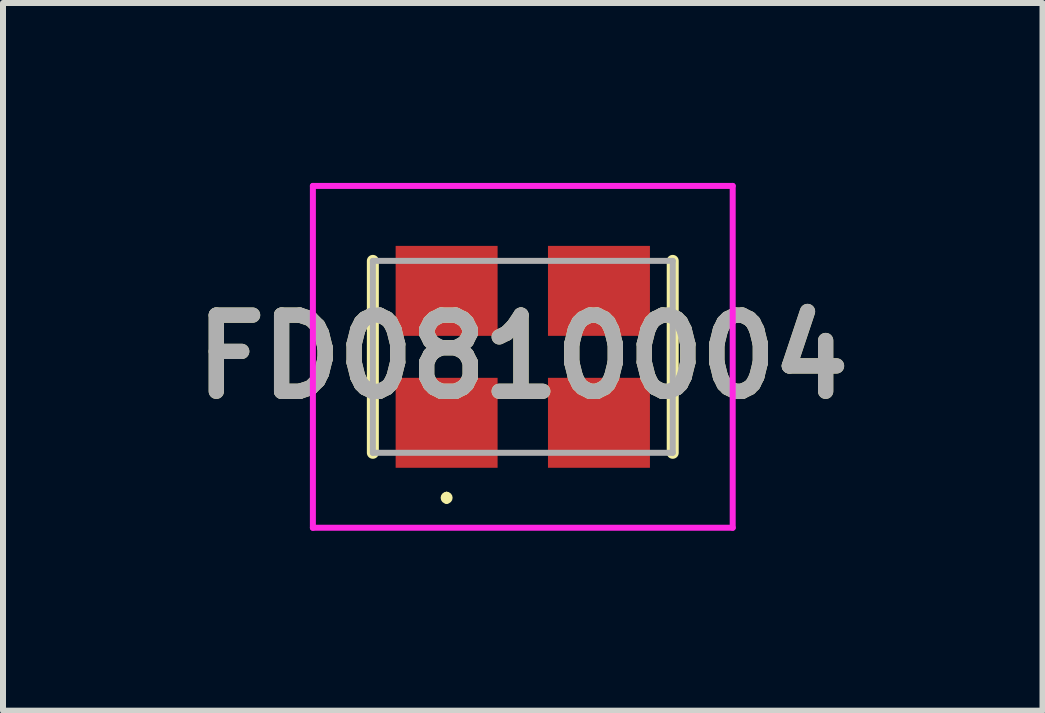
<source format=kicad_pcb>
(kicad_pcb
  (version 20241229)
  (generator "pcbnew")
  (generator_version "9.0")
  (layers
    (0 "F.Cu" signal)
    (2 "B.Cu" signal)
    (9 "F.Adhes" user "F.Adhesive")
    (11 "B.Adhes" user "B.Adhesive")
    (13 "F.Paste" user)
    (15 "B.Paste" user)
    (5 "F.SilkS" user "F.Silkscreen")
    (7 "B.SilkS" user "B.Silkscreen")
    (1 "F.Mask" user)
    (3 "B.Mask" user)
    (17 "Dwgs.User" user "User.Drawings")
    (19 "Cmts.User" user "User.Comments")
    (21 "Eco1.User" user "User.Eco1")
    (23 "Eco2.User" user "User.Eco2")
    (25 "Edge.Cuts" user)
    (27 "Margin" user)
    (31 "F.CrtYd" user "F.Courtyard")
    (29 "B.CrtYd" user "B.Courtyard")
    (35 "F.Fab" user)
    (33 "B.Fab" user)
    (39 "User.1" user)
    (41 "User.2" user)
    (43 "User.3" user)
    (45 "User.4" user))
  (footprint "FD0810004"
    (layer "F.Cu")
    (at 5.667 2.9)
    (property "Reference" "FD0810004" (at 0 0 0) (layer "F.SilkS") (effects (font (size 1.27 1.27) (thickness 0.254))))
    (attr smd)
    (fp_line (start -2.5 1.6) (end -2.5 -1.6) (stroke (width 0.2) (type solid)) (layer "F.SilkS"))
    (fp_line (start -1.27 2.3) (end -1.27 2.3) (stroke (width 0.1) (type solid)) (layer "F.SilkS"))
    (fp_line (start -1.27 2.4) (end -1.27 2.4) (stroke (width 0.1) (type solid)) (layer "F.SilkS"))
    (fp_line (start 2.5 -1.6) (end 2.5 1.6) (stroke (width 0.2) (type solid)) (layer "F.SilkS"))
    (fp_arc (start -1.27 2.3) (mid -1.22 2.35) (end -1.27 2.4) (stroke (width 0.1) (type solid)) (layer "F.SilkS"))
    (fp_arc (start -1.27 2.4) (mid -1.32 2.35) (end -1.27 2.3) (stroke (width 0.1) (type solid)) (layer "F.SilkS"))
    (fp_line (start -3.5 -2.85) (end 3.5 -2.85) (stroke (width 0.1) (type solid)) (layer "F.CrtYd"))
    (fp_line (start -3.5 2.85) (end -3.5 -2.85) (stroke (width 0.1) (type solid)) (layer "F.CrtYd"))
    (fp_line (start 3.5 -2.85) (end 3.5 2.85) (stroke (width 0.1) (type solid)) (layer "F.CrtYd"))
    (fp_line (start 3.5 2.85) (end -3.5 2.85) (stroke (width 0.1) (type solid)) (layer "F.CrtYd"))
    (fp_line (start -2.5 -1.6) (end 2.5 -1.6) (stroke (width 0.1) (type solid)) (layer "F.Fab"))
    (fp_line (start -2.5 1.6) (end -2.5 -1.6) (stroke (width 0.1) (type solid)) (layer "F.Fab"))
    (fp_line (start 2.5 -1.6) (end 2.5 1.6) (stroke (width 0.1) (type solid)) (layer "F.Fab"))
    (fp_line (start 2.5 1.6) (end -2.5 1.6) (stroke (width 0.1) (type solid)) (layer "F.Fab"))
    (fp_text user "${REFERENCE}" (at 0 0 0) (layer "F.Fab") (effects (font (size 1.27 1.27) (thickness 0.254))))
    (pad "1" smd rect (at -1.27 1.1 90) (size 1.5 1.7) (layers "F.Cu" "F.Mask" "F.Paste"))
    (pad "2" smd rect (at 1.27 1.1 90) (size 1.5 1.7) (layers "F.Cu" "F.Mask" "F.Paste"))
    (pad "3" smd rect (at 1.27 -1.1 90) (size 1.5 1.7) (layers "F.Cu" "F.Mask" "F.Paste"))
    (pad "4" smd rect (at -1.27 -1.1 90) (size 1.5 1.7) (layers "F.Cu" "F.Mask" "F.Paste")))
  (gr_rect
    (start -3 -3)
    (end 14.333 8.8)
    (stroke (width 0.1) (type default))
    (fill no)
    (layer "Edge.Cuts")))
</source>
